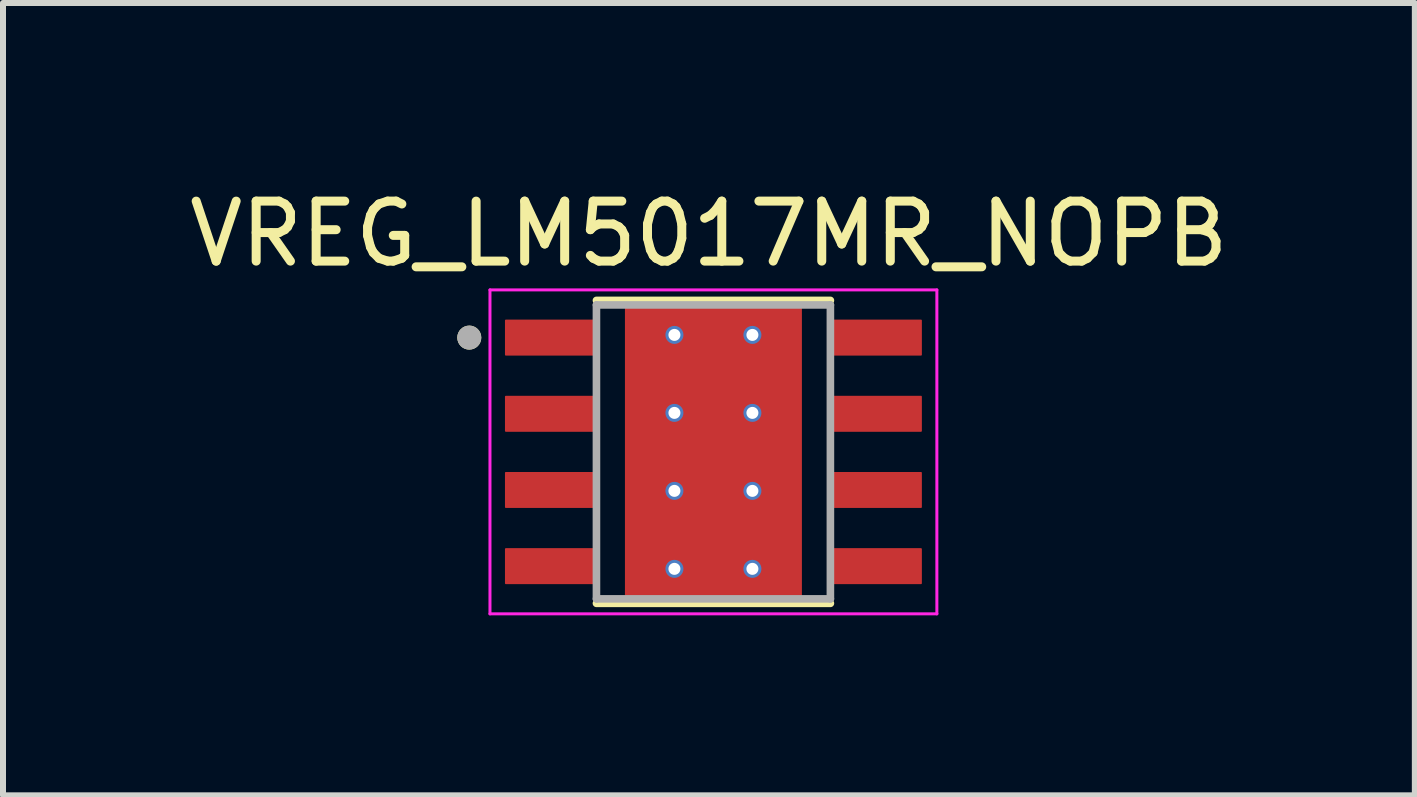
<source format=kicad_pcb>
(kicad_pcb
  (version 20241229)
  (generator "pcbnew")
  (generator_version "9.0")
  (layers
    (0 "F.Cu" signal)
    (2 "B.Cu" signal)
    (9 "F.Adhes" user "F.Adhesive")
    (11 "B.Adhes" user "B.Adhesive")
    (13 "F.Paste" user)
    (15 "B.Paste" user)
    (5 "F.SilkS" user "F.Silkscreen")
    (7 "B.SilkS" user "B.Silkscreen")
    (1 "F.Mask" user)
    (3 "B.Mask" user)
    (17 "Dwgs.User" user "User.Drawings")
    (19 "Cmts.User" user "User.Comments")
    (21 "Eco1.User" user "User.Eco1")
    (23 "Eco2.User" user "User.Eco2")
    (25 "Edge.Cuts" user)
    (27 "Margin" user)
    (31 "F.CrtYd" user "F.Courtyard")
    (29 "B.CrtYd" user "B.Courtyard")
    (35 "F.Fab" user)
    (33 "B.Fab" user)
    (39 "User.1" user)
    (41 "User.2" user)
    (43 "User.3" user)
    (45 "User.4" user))
  (footprint "VREG_LM5017MR_NOPB"
    (layer "F.Cu")
    (at 8.843 4.483)
    (property "Reference" "VREG_LM5017MR_NOPB" (at -0.075 -3.635 0) (layer "F.SilkS") (effects (font (size 1 1) (thickness 0.15))))
    (attr smd)
    (fp_poly (pts (xy -1.355 -1.7) (xy 1.355 -1.7) (xy 1.355 1.7) (xy -1.355 1.7)) (stroke (width 0.01) (type solid)) (fill yes) (layer "F.Mask"))
    (fp_poly (pts (xy -1.905 -1.535) (xy -3.495 -1.535) (xy -3.498 -1.535) (xy -3.5 -1.535) (xy -3.503 -1.536) (xy -3.505 -1.536) (xy -3.508 -1.537) (xy -3.51 -1.537) (xy -3.513 -1.538) (xy -3.515 -1.539) (xy -3.518 -1.54) (xy -3.52 -1.542) (xy -3.522 -1.543) (xy -3.524 -1.545) (xy -3.526 -1.546) (xy -3.528 -1.548) (xy -3.53 -1.55) (xy -3.532 -1.552) (xy -3.534 -1.554) (xy -3.535 -1.556) (xy -3.537 -1.558) (xy -3.538 -1.56) (xy -3.54 -1.562) (xy -3.541 -1.565) (xy -3.542 -1.567) (xy -3.543 -1.57) (xy -3.543 -1.572) (xy -3.544 -1.575) (xy -3.544 -1.577) (xy -3.545 -1.58) (xy -3.545 -1.582) (xy -3.545 -1.585) (xy -3.545 -2.225) (xy -3.545 -2.228) (xy -3.545 -2.23) (xy -3.544 -2.233) (xy -3.544 -2.235) (xy -3.543 -2.238) (xy -3.543 -2.24) (xy -3.542 -2.243) (xy -3.541 -2.245) (xy -3.54 -2.248) (xy -3.538 -2.25) (xy -3.537 -2.252) (xy -3.535 -2.254) (xy -3.534 -2.256) (xy -3.532 -2.258) (xy -3.53 -2.26) (xy -3.528 -2.262) (xy -3.526 -2.264) (xy -3.524 -2.265) (xy -3.522 -2.267) (xy -3.52 -2.268) (xy -3.518 -2.27) (xy -3.515 -2.271) (xy -3.513 -2.272) (xy -3.51 -2.273) (xy -3.508 -2.273) (xy -3.505 -2.274) (xy -3.503 -2.274) (xy -3.5 -2.275) (xy -3.498 -2.275) (xy -3.495 -2.275) (xy -1.905 -2.275) (xy -1.902 -2.275) (xy -1.9 -2.275) (xy -1.897 -2.274) (xy -1.895 -2.274) (xy -1.892 -2.273) (xy -1.89 -2.273) (xy -1.887 -2.272) (xy -1.885 -2.271) (xy -1.882 -2.27) (xy -1.88 -2.268) (xy -1.878 -2.267) (xy -1.876 -2.265) (xy -1.874 -2.264) (xy -1.872 -2.262) (xy -1.87 -2.26) (xy -1.868 -2.258) (xy -1.866 -2.256) (xy -1.865 -2.254) (xy -1.863 -2.252) (xy -1.862 -2.25) (xy -1.86 -2.248) (xy -1.859 -2.245) (xy -1.858 -2.243) (xy -1.857 -2.24) (xy -1.857 -2.238) (xy -1.856 -2.235) (xy -1.856 -2.233) (xy -1.855 -2.23) (xy -1.855 -2.228) (xy -1.855 -2.225) (xy -1.855 -1.585) (xy -1.855 -1.582) (xy -1.855 -1.58) (xy -1.856 -1.577) (xy -1.856 -1.575) (xy -1.857 -1.572) (xy -1.857 -1.57) (xy -1.858 -1.567) (xy -1.859 -1.565) (xy -1.86 -1.562) (xy -1.862 -1.56) (xy -1.863 -1.558) (xy -1.865 -1.556) (xy -1.866 -1.554) (xy -1.868 -1.552) (xy -1.87 -1.55) (xy -1.872 -1.548) (xy -1.874 -1.546) (xy -1.876 -1.545) (xy -1.878 -1.543) (xy -1.88 -1.542) (xy -1.882 -1.54) (xy -1.885 -1.539) (xy -1.887 -1.538) (xy -1.89 -1.537) (xy -1.892 -1.537) (xy -1.895 -1.536) (xy -1.897 -1.536) (xy -1.9 -1.535) (xy -1.902 -1.535) (xy -1.905 -1.535)) (stroke (width 0.01) (type solid)) (fill yes) (layer "F.Mask"))
    (fp_poly (pts (xy -1.905 -0.265) (xy -3.495 -0.265) (xy -3.498 -0.265) (xy -3.5 -0.265) (xy -3.503 -0.266) (xy -3.505 -0.266) (xy -3.508 -0.267) (xy -3.51 -0.267) (xy -3.513 -0.268) (xy -3.515 -0.269) (xy -3.518 -0.27) (xy -3.52 -0.272) (xy -3.522 -0.273) (xy -3.524 -0.275) (xy -3.526 -0.276) (xy -3.528 -0.278) (xy -3.53 -0.28) (xy -3.532 -0.282) (xy -3.534 -0.284) (xy -3.535 -0.286) (xy -3.537 -0.288) (xy -3.538 -0.29) (xy -3.54 -0.292) (xy -3.541 -0.295) (xy -3.542 -0.297) (xy -3.543 -0.3) (xy -3.543 -0.302) (xy -3.544 -0.305) (xy -3.544 -0.307) (xy -3.545 -0.31) (xy -3.545 -0.312) (xy -3.545 -0.315) (xy -3.545 -0.955) (xy -3.545 -0.958) (xy -3.545 -0.96) (xy -3.544 -0.963) (xy -3.544 -0.965) (xy -3.543 -0.968) (xy -3.543 -0.97) (xy -3.542 -0.973) (xy -3.541 -0.975) (xy -3.54 -0.978) (xy -3.538 -0.98) (xy -3.537 -0.982) (xy -3.535 -0.984) (xy -3.534 -0.986) (xy -3.532 -0.988) (xy -3.53 -0.99) (xy -3.528 -0.992) (xy -3.526 -0.994) (xy -3.524 -0.995) (xy -3.522 -0.997) (xy -3.52 -0.998) (xy -3.518 -1) (xy -3.515 -1.001) (xy -3.513 -1.002) (xy -3.51 -1.003) (xy -3.508 -1.003) (xy -3.505 -1.004) (xy -3.503 -1.004) (xy -3.5 -1.005) (xy -3.498 -1.005) (xy -3.495 -1.005) (xy -1.905 -1.005) (xy -1.902 -1.005) (xy -1.9 -1.005) (xy -1.897 -1.004) (xy -1.895 -1.004) (xy -1.892 -1.003) (xy -1.89 -1.003) (xy -1.887 -1.002) (xy -1.885 -1.001) (xy -1.882 -1) (xy -1.88 -0.998) (xy -1.878 -0.997) (xy -1.876 -0.995) (xy -1.874 -0.994) (xy -1.872 -0.992) (xy -1.87 -0.99) (xy -1.868 -0.988) (xy -1.866 -0.986) (xy -1.865 -0.984) (xy -1.863 -0.982) (xy -1.862 -0.98) (xy -1.86 -0.978) (xy -1.859 -0.975) (xy -1.858 -0.973) (xy -1.857 -0.97) (xy -1.857 -0.968) (xy -1.856 -0.965) (xy -1.856 -0.963) (xy -1.855 -0.96) (xy -1.855 -0.958) (xy -1.855 -0.955) (xy -1.855 -0.315) (xy -1.855 -0.312) (xy -1.855 -0.31) (xy -1.856 -0.307) (xy -1.856 -0.305) (xy -1.857 -0.302) (xy -1.857 -0.3) (xy -1.858 -0.297) (xy -1.859 -0.295) (xy -1.86 -0.292) (xy -1.862 -0.29) (xy -1.863 -0.288) (xy -1.865 -0.286) (xy -1.866 -0.284) (xy -1.868 -0.282) (xy -1.87 -0.28) (xy -1.872 -0.278) (xy -1.874 -0.276) (xy -1.876 -0.275) (xy -1.878 -0.273) (xy -1.88 -0.272) (xy -1.882 -0.27) (xy -1.885 -0.269) (xy -1.887 -0.268) (xy -1.89 -0.267) (xy -1.892 -0.267) (xy -1.895 -0.266) (xy -1.897 -0.266) (xy -1.9 -0.265) (xy -1.902 -0.265) (xy -1.905 -0.265)) (stroke (width 0.01) (type solid)) (fill yes) (layer "F.Mask"))
    (fp_poly (pts (xy -1.905 1.005) (xy -3.495 1.005) (xy -3.498 1.005) (xy -3.5 1.005) (xy -3.503 1.004) (xy -3.505 1.004) (xy -3.508 1.003) (xy -3.51 1.003) (xy -3.513 1.002) (xy -3.515 1.001) (xy -3.518 1) (xy -3.52 0.998) (xy -3.522 0.997) (xy -3.524 0.995) (xy -3.526 0.994) (xy -3.528 0.992) (xy -3.53 0.99) (xy -3.532 0.988) (xy -3.534 0.986) (xy -3.535 0.984) (xy -3.537 0.982) (xy -3.538 0.98) (xy -3.54 0.978) (xy -3.541 0.975) (xy -3.542 0.973) (xy -3.543 0.97) (xy -3.543 0.968) (xy -3.544 0.965) (xy -3.544 0.963) (xy -3.545 0.96) (xy -3.545 0.958) (xy -3.545 0.955) (xy -3.545 0.315) (xy -3.545 0.312) (xy -3.545 0.31) (xy -3.544 0.307) (xy -3.544 0.305) (xy -3.543 0.302) (xy -3.543 0.3) (xy -3.542 0.297) (xy -3.541 0.295) (xy -3.54 0.292) (xy -3.538 0.29) (xy -3.537 0.288) (xy -3.535 0.286) (xy -3.534 0.284) (xy -3.532 0.282) (xy -3.53 0.28) (xy -3.528 0.278) (xy -3.526 0.276) (xy -3.524 0.275) (xy -3.522 0.273) (xy -3.52 0.272) (xy -3.518 0.27) (xy -3.515 0.269) (xy -3.513 0.268) (xy -3.51 0.267) (xy -3.508 0.267) (xy -3.505 0.266) (xy -3.503 0.266) (xy -3.5 0.265) (xy -3.498 0.265) (xy -3.495 0.265) (xy -1.905 0.265) (xy -1.902 0.265) (xy -1.9 0.265) (xy -1.897 0.266) (xy -1.895 0.266) (xy -1.892 0.267) (xy -1.89 0.267) (xy -1.887 0.268) (xy -1.885 0.269) (xy -1.882 0.27) (xy -1.88 0.272) (xy -1.878 0.273) (xy -1.876 0.275) (xy -1.874 0.276) (xy -1.872 0.278) (xy -1.87 0.28) (xy -1.868 0.282) (xy -1.866 0.284) (xy -1.865 0.286) (xy -1.863 0.288) (xy -1.862 0.29) (xy -1.86 0.292) (xy -1.859 0.295) (xy -1.858 0.297) (xy -1.857 0.3) (xy -1.857 0.302) (xy -1.856 0.305) (xy -1.856 0.307) (xy -1.855 0.31) (xy -1.855 0.312) (xy -1.855 0.315) (xy -1.855 0.955) (xy -1.855 0.958) (xy -1.855 0.96) (xy -1.856 0.963) (xy -1.856 0.965) (xy -1.857 0.968) (xy -1.857 0.97) (xy -1.858 0.973) (xy -1.859 0.975) (xy -1.86 0.978) (xy -1.862 0.98) (xy -1.863 0.982) (xy -1.865 0.984) (xy -1.866 0.986) (xy -1.868 0.988) (xy -1.87 0.99) (xy -1.872 0.992) (xy -1.874 0.994) (xy -1.876 0.995) (xy -1.878 0.997) (xy -1.88 0.998) (xy -1.882 1) (xy -1.885 1.001) (xy -1.887 1.002) (xy -1.89 1.003) (xy -1.892 1.003) (xy -1.895 1.004) (xy -1.897 1.004) (xy -1.9 1.005) (xy -1.902 1.005) (xy -1.905 1.005)) (stroke (width 0.01) (type solid)) (fill yes) (layer "F.Mask"))
    (fp_poly (pts (xy -1.905 2.275) (xy -3.495 2.275) (xy -3.498 2.275) (xy -3.5 2.275) (xy -3.503 2.274) (xy -3.505 2.274) (xy -3.508 2.273) (xy -3.51 2.273) (xy -3.513 2.272) (xy -3.515 2.271) (xy -3.518 2.27) (xy -3.52 2.268) (xy -3.522 2.267) (xy -3.524 2.265) (xy -3.526 2.264) (xy -3.528 2.262) (xy -3.53 2.26) (xy -3.532 2.258) (xy -3.534 2.256) (xy -3.535 2.254) (xy -3.537 2.252) (xy -3.538 2.25) (xy -3.54 2.248) (xy -3.541 2.245) (xy -3.542 2.243) (xy -3.543 2.24) (xy -3.543 2.238) (xy -3.544 2.235) (xy -3.544 2.233) (xy -3.545 2.23) (xy -3.545 2.228) (xy -3.545 2.225) (xy -3.545 1.585) (xy -3.545 1.582) (xy -3.545 1.58) (xy -3.544 1.577) (xy -3.544 1.575) (xy -3.543 1.572) (xy -3.543 1.57) (xy -3.542 1.567) (xy -3.541 1.565) (xy -3.54 1.562) (xy -3.538 1.56) (xy -3.537 1.558) (xy -3.535 1.556) (xy -3.534 1.554) (xy -3.532 1.552) (xy -3.53 1.55) (xy -3.528 1.548) (xy -3.526 1.546) (xy -3.524 1.545) (xy -3.522 1.543) (xy -3.52 1.542) (xy -3.518 1.54) (xy -3.515 1.539) (xy -3.513 1.538) (xy -3.51 1.537) (xy -3.508 1.537) (xy -3.505 1.536) (xy -3.503 1.536) (xy -3.5 1.535) (xy -3.498 1.535) (xy -3.495 1.535) (xy -1.905 1.535) (xy -1.902 1.535) (xy -1.9 1.535) (xy -1.897 1.536) (xy -1.895 1.536) (xy -1.892 1.537) (xy -1.89 1.537) (xy -1.887 1.538) (xy -1.885 1.539) (xy -1.882 1.54) (xy -1.88 1.542) (xy -1.878 1.543) (xy -1.876 1.545) (xy -1.874 1.546) (xy -1.872 1.548) (xy -1.87 1.55) (xy -1.868 1.552) (xy -1.866 1.554) (xy -1.865 1.556) (xy -1.863 1.558) (xy -1.862 1.56) (xy -1.86 1.562) (xy -1.859 1.565) (xy -1.858 1.567) (xy -1.857 1.57) (xy -1.857 1.572) (xy -1.856 1.575) (xy -1.856 1.577) (xy -1.855 1.58) (xy -1.855 1.582) (xy -1.855 1.585) (xy -1.855 2.225) (xy -1.855 2.228) (xy -1.855 2.23) (xy -1.856 2.233) (xy -1.856 2.235) (xy -1.857 2.238) (xy -1.857 2.24) (xy -1.858 2.243) (xy -1.859 2.245) (xy -1.86 2.248) (xy -1.862 2.25) (xy -1.863 2.252) (xy -1.865 2.254) (xy -1.866 2.256) (xy -1.868 2.258) (xy -1.87 2.26) (xy -1.872 2.262) (xy -1.874 2.264) (xy -1.876 2.265) (xy -1.878 2.267) (xy -1.88 2.268) (xy -1.882 2.27) (xy -1.885 2.271) (xy -1.887 2.272) (xy -1.89 2.273) (xy -1.892 2.273) (xy -1.895 2.274) (xy -1.897 2.274) (xy -1.9 2.275) (xy -1.902 2.275) (xy -1.905 2.275)) (stroke (width 0.01) (type solid)) (fill yes) (layer "F.Mask"))
    (fp_poly (pts (xy 3.495 -1.535) (xy 1.905 -1.535) (xy 1.902 -1.535) (xy 1.9 -1.535) (xy 1.897 -1.536) (xy 1.895 -1.536) (xy 1.892 -1.537) (xy 1.89 -1.537) (xy 1.887 -1.538) (xy 1.885 -1.539) (xy 1.882 -1.54) (xy 1.88 -1.542) (xy 1.878 -1.543) (xy 1.876 -1.545) (xy 1.874 -1.546) (xy 1.872 -1.548) (xy 1.87 -1.55) (xy 1.868 -1.552) (xy 1.866 -1.554) (xy 1.865 -1.556) (xy 1.863 -1.558) (xy 1.862 -1.56) (xy 1.86 -1.562) (xy 1.859 -1.565) (xy 1.858 -1.567) (xy 1.857 -1.57) (xy 1.857 -1.572) (xy 1.856 -1.575) (xy 1.856 -1.577) (xy 1.855 -1.58) (xy 1.855 -1.582) (xy 1.855 -1.585) (xy 1.855 -2.225) (xy 1.855 -2.228) (xy 1.855 -2.23) (xy 1.856 -2.233) (xy 1.856 -2.235) (xy 1.857 -2.238) (xy 1.857 -2.24) (xy 1.858 -2.243) (xy 1.859 -2.245) (xy 1.86 -2.248) (xy 1.862 -2.25) (xy 1.863 -2.252) (xy 1.865 -2.254) (xy 1.866 -2.256) (xy 1.868 -2.258) (xy 1.87 -2.26) (xy 1.872 -2.262) (xy 1.874 -2.264) (xy 1.876 -2.265) (xy 1.878 -2.267) (xy 1.88 -2.268) (xy 1.882 -2.27) (xy 1.885 -2.271) (xy 1.887 -2.272) (xy 1.89 -2.273) (xy 1.892 -2.273) (xy 1.895 -2.274) (xy 1.897 -2.274) (xy 1.9 -2.275) (xy 1.902 -2.275) (xy 1.905 -2.275) (xy 3.495 -2.275) (xy 3.498 -2.275) (xy 3.5 -2.275) (xy 3.503 -2.274) (xy 3.505 -2.274) (xy 3.508 -2.273) (xy 3.51 -2.273) (xy 3.513 -2.272) (xy 3.515 -2.271) (xy 3.518 -2.27) (xy 3.52 -2.268) (xy 3.522 -2.267) (xy 3.524 -2.265) (xy 3.526 -2.264) (xy 3.528 -2.262) (xy 3.53 -2.26) (xy 3.532 -2.258) (xy 3.534 -2.256) (xy 3.535 -2.254) (xy 3.537 -2.252) (xy 3.538 -2.25) (xy 3.54 -2.248) (xy 3.541 -2.245) (xy 3.542 -2.243) (xy 3.543 -2.24) (xy 3.543 -2.238) (xy 3.544 -2.235) (xy 3.544 -2.233) (xy 3.545 -2.23) (xy 3.545 -2.228) (xy 3.545 -2.225) (xy 3.545 -1.585) (xy 3.545 -1.582) (xy 3.545 -1.58) (xy 3.544 -1.577) (xy 3.544 -1.575) (xy 3.543 -1.572) (xy 3.543 -1.57) (xy 3.542 -1.567) (xy 3.541 -1.565) (xy 3.54 -1.562) (xy 3.538 -1.56) (xy 3.537 -1.558) (xy 3.535 -1.556) (xy 3.534 -1.554) (xy 3.532 -1.552) (xy 3.53 -1.55) (xy 3.528 -1.548) (xy 3.526 -1.546) (xy 3.524 -1.545) (xy 3.522 -1.543) (xy 3.52 -1.542) (xy 3.518 -1.54) (xy 3.515 -1.539) (xy 3.513 -1.538) (xy 3.51 -1.537) (xy 3.508 -1.537) (xy 3.505 -1.536) (xy 3.503 -1.536) (xy 3.5 -1.535) (xy 3.498 -1.535) (xy 3.495 -1.535)) (stroke (width 0.01) (type solid)) (fill yes) (layer "F.Mask"))
    (fp_poly (pts (xy 3.495 -0.265) (xy 1.905 -0.265) (xy 1.902 -0.265) (xy 1.9 -0.265) (xy 1.897 -0.266) (xy 1.895 -0.266) (xy 1.892 -0.267) (xy 1.89 -0.267) (xy 1.887 -0.268) (xy 1.885 -0.269) (xy 1.882 -0.27) (xy 1.88 -0.272) (xy 1.878 -0.273) (xy 1.876 -0.275) (xy 1.874 -0.276) (xy 1.872 -0.278) (xy 1.87 -0.28) (xy 1.868 -0.282) (xy 1.866 -0.284) (xy 1.865 -0.286) (xy 1.863 -0.288) (xy 1.862 -0.29) (xy 1.86 -0.292) (xy 1.859 -0.295) (xy 1.858 -0.297) (xy 1.857 -0.3) (xy 1.857 -0.302) (xy 1.856 -0.305) (xy 1.856 -0.307) (xy 1.855 -0.31) (xy 1.855 -0.312) (xy 1.855 -0.315) (xy 1.855 -0.955) (xy 1.855 -0.958) (xy 1.855 -0.96) (xy 1.856 -0.963) (xy 1.856 -0.965) (xy 1.857 -0.968) (xy 1.857 -0.97) (xy 1.858 -0.973) (xy 1.859 -0.975) (xy 1.86 -0.978) (xy 1.862 -0.98) (xy 1.863 -0.982) (xy 1.865 -0.984) (xy 1.866 -0.986) (xy 1.868 -0.988) (xy 1.87 -0.99) (xy 1.872 -0.992) (xy 1.874 -0.994) (xy 1.876 -0.995) (xy 1.878 -0.997) (xy 1.88 -0.998) (xy 1.882 -1) (xy 1.885 -1.001) (xy 1.887 -1.002) (xy 1.89 -1.003) (xy 1.892 -1.003) (xy 1.895 -1.004) (xy 1.897 -1.004) (xy 1.9 -1.005) (xy 1.902 -1.005) (xy 1.905 -1.005) (xy 3.495 -1.005) (xy 3.498 -1.005) (xy 3.5 -1.005) (xy 3.503 -1.004) (xy 3.505 -1.004) (xy 3.508 -1.003) (xy 3.51 -1.003) (xy 3.513 -1.002) (xy 3.515 -1.001) (xy 3.518 -1) (xy 3.52 -0.998) (xy 3.522 -0.997) (xy 3.524 -0.995) (xy 3.526 -0.994) (xy 3.528 -0.992) (xy 3.53 -0.99) (xy 3.532 -0.988) (xy 3.534 -0.986) (xy 3.535 -0.984) (xy 3.537 -0.982) (xy 3.538 -0.98) (xy 3.54 -0.978) (xy 3.541 -0.975) (xy 3.542 -0.973) (xy 3.543 -0.97) (xy 3.543 -0.968) (xy 3.544 -0.965) (xy 3.544 -0.963) (xy 3.545 -0.96) (xy 3.545 -0.958) (xy 3.545 -0.955) (xy 3.545 -0.315) (xy 3.545 -0.312) (xy 3.545 -0.31) (xy 3.544 -0.307) (xy 3.544 -0.305) (xy 3.543 -0.302) (xy 3.543 -0.3) (xy 3.542 -0.297) (xy 3.541 -0.295) (xy 3.54 -0.292) (xy 3.538 -0.29) (xy 3.537 -0.288) (xy 3.535 -0.286) (xy 3.534 -0.284) (xy 3.532 -0.282) (xy 3.53 -0.28) (xy 3.528 -0.278) (xy 3.526 -0.276) (xy 3.524 -0.275) (xy 3.522 -0.273) (xy 3.52 -0.272) (xy 3.518 -0.27) (xy 3.515 -0.269) (xy 3.513 -0.268) (xy 3.51 -0.267) (xy 3.508 -0.267) (xy 3.505 -0.266) (xy 3.503 -0.266) (xy 3.5 -0.265) (xy 3.498 -0.265) (xy 3.495 -0.265)) (stroke (width 0.01) (type solid)) (fill yes) (layer "F.Mask"))
    (fp_poly (pts (xy 3.495 1.005) (xy 1.905 1.005) (xy 1.902 1.005) (xy 1.9 1.005) (xy 1.897 1.004) (xy 1.895 1.004) (xy 1.892 1.003) (xy 1.89 1.003) (xy 1.887 1.002) (xy 1.885 1.001) (xy 1.882 1) (xy 1.88 0.998) (xy 1.878 0.997) (xy 1.876 0.995) (xy 1.874 0.994) (xy 1.872 0.992) (xy 1.87 0.99) (xy 1.868 0.988) (xy 1.866 0.986) (xy 1.865 0.984) (xy 1.863 0.982) (xy 1.862 0.98) (xy 1.86 0.978) (xy 1.859 0.975) (xy 1.858 0.973) (xy 1.857 0.97) (xy 1.857 0.968) (xy 1.856 0.965) (xy 1.856 0.963) (xy 1.855 0.96) (xy 1.855 0.958) (xy 1.855 0.955) (xy 1.855 0.315) (xy 1.855 0.312) (xy 1.855 0.31) (xy 1.856 0.307) (xy 1.856 0.305) (xy 1.857 0.302) (xy 1.857 0.3) (xy 1.858 0.297) (xy 1.859 0.295) (xy 1.86 0.292) (xy 1.862 0.29) (xy 1.863 0.288) (xy 1.865 0.286) (xy 1.866 0.284) (xy 1.868 0.282) (xy 1.87 0.28) (xy 1.872 0.278) (xy 1.874 0.276) (xy 1.876 0.275) (xy 1.878 0.273) (xy 1.88 0.272) (xy 1.882 0.27) (xy 1.885 0.269) (xy 1.887 0.268) (xy 1.89 0.267) (xy 1.892 0.267) (xy 1.895 0.266) (xy 1.897 0.266) (xy 1.9 0.265) (xy 1.902 0.265) (xy 1.905 0.265) (xy 3.495 0.265) (xy 3.498 0.265) (xy 3.5 0.265) (xy 3.503 0.266) (xy 3.505 0.266) (xy 3.508 0.267) (xy 3.51 0.267) (xy 3.513 0.268) (xy 3.515 0.269) (xy 3.518 0.27) (xy 3.52 0.272) (xy 3.522 0.273) (xy 3.524 0.275) (xy 3.526 0.276) (xy 3.528 0.278) (xy 3.53 0.28) (xy 3.532 0.282) (xy 3.534 0.284) (xy 3.535 0.286) (xy 3.537 0.288) (xy 3.538 0.29) (xy 3.54 0.292) (xy 3.541 0.295) (xy 3.542 0.297) (xy 3.543 0.3) (xy 3.543 0.302) (xy 3.544 0.305) (xy 3.544 0.307) (xy 3.545 0.31) (xy 3.545 0.312) (xy 3.545 0.315) (xy 3.545 0.955) (xy 3.545 0.958) (xy 3.545 0.96) (xy 3.544 0.963) (xy 3.544 0.965) (xy 3.543 0.968) (xy 3.543 0.97) (xy 3.542 0.973) (xy 3.541 0.975) (xy 3.54 0.978) (xy 3.538 0.98) (xy 3.537 0.982) (xy 3.535 0.984) (xy 3.534 0.986) (xy 3.532 0.988) (xy 3.53 0.99) (xy 3.528 0.992) (xy 3.526 0.994) (xy 3.524 0.995) (xy 3.522 0.997) (xy 3.52 0.998) (xy 3.518 1) (xy 3.515 1.001) (xy 3.513 1.002) (xy 3.51 1.003) (xy 3.508 1.003) (xy 3.505 1.004) (xy 3.503 1.004) (xy 3.5 1.005) (xy 3.498 1.005) (xy 3.495 1.005)) (stroke (width 0.01) (type solid)) (fill yes) (layer "F.Mask"))
    (fp_poly (pts (xy 3.495 2.275) (xy 1.905 2.275) (xy 1.902 2.275) (xy 1.9 2.275) (xy 1.897 2.274) (xy 1.895 2.274) (xy 1.892 2.273) (xy 1.89 2.273) (xy 1.887 2.272) (xy 1.885 2.271) (xy 1.882 2.27) (xy 1.88 2.268) (xy 1.878 2.267) (xy 1.876 2.265) (xy 1.874 2.264) (xy 1.872 2.262) (xy 1.87 2.26) (xy 1.868 2.258) (xy 1.866 2.256) (xy 1.865 2.254) (xy 1.863 2.252) (xy 1.862 2.25) (xy 1.86 2.248) (xy 1.859 2.245) (xy 1.858 2.243) (xy 1.857 2.24) (xy 1.857 2.238) (xy 1.856 2.235) (xy 1.856 2.233) (xy 1.855 2.23) (xy 1.855 2.228) (xy 1.855 2.225) (xy 1.855 1.585) (xy 1.855 1.582) (xy 1.855 1.58) (xy 1.856 1.577) (xy 1.856 1.575) (xy 1.857 1.572) (xy 1.857 1.57) (xy 1.858 1.567) (xy 1.859 1.565) (xy 1.86 1.562) (xy 1.862 1.56) (xy 1.863 1.558) (xy 1.865 1.556) (xy 1.866 1.554) (xy 1.868 1.552) (xy 1.87 1.55) (xy 1.872 1.548) (xy 1.874 1.546) (xy 1.876 1.545) (xy 1.878 1.543) (xy 1.88 1.542) (xy 1.882 1.54) (xy 1.885 1.539) (xy 1.887 1.538) (xy 1.89 1.537) (xy 1.892 1.537) (xy 1.895 1.536) (xy 1.897 1.536) (xy 1.9 1.535) (xy 1.902 1.535) (xy 1.905 1.535) (xy 3.495 1.535) (xy 3.498 1.535) (xy 3.5 1.535) (xy 3.503 1.536) (xy 3.505 1.536) (xy 3.508 1.537) (xy 3.51 1.537) (xy 3.513 1.538) (xy 3.515 1.539) (xy 3.518 1.54) (xy 3.52 1.542) (xy 3.522 1.543) (xy 3.524 1.545) (xy 3.526 1.546) (xy 3.528 1.548) (xy 3.53 1.55) (xy 3.532 1.552) (xy 3.534 1.554) (xy 3.535 1.556) (xy 3.537 1.558) (xy 3.538 1.56) (xy 3.54 1.562) (xy 3.541 1.565) (xy 3.542 1.567) (xy 3.543 1.57) (xy 3.543 1.572) (xy 3.544 1.575) (xy 3.544 1.577) (xy 3.545 1.58) (xy 3.545 1.582) (xy 3.545 1.585) (xy 3.545 2.225) (xy 3.545 2.228) (xy 3.545 2.23) (xy 3.544 2.233) (xy 3.544 2.235) (xy 3.543 2.238) (xy 3.543 2.24) (xy 3.542 2.243) (xy 3.541 2.245) (xy 3.54 2.248) (xy 3.538 2.25) (xy 3.537 2.252) (xy 3.535 2.254) (xy 3.534 2.256) (xy 3.532 2.258) (xy 3.53 2.26) (xy 3.528 2.262) (xy 3.526 2.264) (xy 3.524 2.265) (xy 3.522 2.267) (xy 3.52 2.268) (xy 3.518 2.27) (xy 3.515 2.271) (xy 3.513 2.272) (xy 3.51 2.273) (xy 3.508 2.273) (xy 3.505 2.274) (xy 3.503 2.274) (xy 3.5 2.275) (xy 3.498 2.275) (xy 3.495 2.275)) (stroke (width 0.01) (type solid)) (fill yes) (layer "F.Mask"))
    (fp_line (start -1.95 -2.525) (end 1.95 -2.525) (stroke (width 0.127) (type solid)) (layer "F.SilkS"))
    (fp_line (start -1.95 2.525) (end 1.95 2.525) (stroke (width 0.127) (type solid)) (layer "F.SilkS"))
    (fp_circle (center -4.07 -1.905) (end -3.97 -1.905) (stroke (width 0.2) (type solid)) (fill no) (layer "F.SilkS"))
    (fp_poly (pts (xy -1.355 -1.7) (xy 1.355 -1.7) (xy 1.355 1.7) (xy -1.355 1.7)) (stroke (width 0.01) (type solid)) (fill yes) (layer "F.Paste"))
    (fp_line (start -3.725 -2.7) (end -3.725 2.7) (stroke (width 0.05) (type solid)) (layer "F.CrtYd"))
    (fp_line (start -3.725 -2.7) (end 3.725 -2.7) (stroke (width 0.05) (type solid)) (layer "F.CrtYd"))
    (fp_line (start -3.725 2.7) (end 3.725 2.7) (stroke (width 0.05) (type solid)) (layer "F.CrtYd"))
    (fp_line (start 3.725 -2.7) (end 3.725 2.7) (stroke (width 0.05) (type solid)) (layer "F.CrtYd"))
    (fp_line (start -1.95 -2.45) (end -1.95 2.45) (stroke (width 0.127) (type solid)) (layer "F.Fab"))
    (fp_line (start -1.95 -2.45) (end 1.95 -2.45) (stroke (width 0.127) (type solid)) (layer "F.Fab"))
    (fp_line (start -1.95 2.45) (end 1.95 2.45) (stroke (width 0.127) (type solid)) (layer "F.Fab"))
    (fp_line (start 1.95 -2.45) (end 1.95 2.45) (stroke (width 0.127) (type solid)) (layer "F.Fab"))
    (fp_circle (center -4.07 -1.905) (end -3.97 -1.905) (stroke (width 0.2) (type solid)) (fill no) (layer "F.Fab"))
    (pad "1" smd roundrect (at -2.7 -1.905) (size 1.55 0.6) (layers "F.Cu" "F.Paste") (roundrect_rratio 0.025))
    (pad "2" smd roundrect (at -2.7 -0.635) (size 1.55 0.6) (layers "F.Cu" "F.Paste") (roundrect_rratio 0.025))
    (pad "3" smd roundrect (at -2.7 0.635) (size 1.55 0.6) (layers "F.Cu" "F.Paste") (roundrect_rratio 0.025))
    (pad "4" smd roundrect (at -2.7 1.905) (size 1.55 0.6) (layers "F.Cu" "F.Paste") (roundrect_rratio 0.025))
    (pad "5" smd roundrect (at 2.7 1.905) (size 1.55 0.6) (layers "F.Cu" "F.Paste") (roundrect_rratio 0.025))
    (pad "6" smd roundrect (at 2.7 0.635) (size 1.55 0.6) (layers "F.Cu" "F.Paste") (roundrect_rratio 0.025))
    (pad "7" thru_hole circle (at -0.65 -1.95) (size 0.3 0.3) (drill 0.2) (layers "*.Cu" "*.Mask"))
    (pad "7" thru_hole circle (at -0.65 -0.65) (size 0.3 0.3) (drill 0.2) (layers "*.Cu" "*.Mask"))
    (pad "7" thru_hole circle (at -0.65 0.65) (size 0.3 0.3) (drill 0.2) (layers "*.Cu" "*.Mask"))
    (pad "7" thru_hole circle (at -0.65 1.95) (size 0.3 0.3) (drill 0.2) (layers "*.Cu" "*.Mask"))
    (pad "7" smd rect (at 0 0) (size 2.95 4.9) (layers "F.Cu"))
    (pad "7" thru_hole circle (at 0.65 -1.95) (size 0.3 0.3) (drill 0.2) (layers "*.Cu" "*.Mask"))
    (pad "7" thru_hole circle (at 0.65 -0.65) (size 0.3 0.3) (drill 0.2) (layers "*.Cu" "*.Mask"))
    (pad "7" thru_hole circle (at 0.65 0.65) (size 0.3 0.3) (drill 0.2) (layers "*.Cu" "*.Mask"))
    (pad "7" thru_hole circle (at 0.65 1.95) (size 0.3 0.3) (drill 0.2) (layers "*.Cu" "*.Mask"))
    (pad "7" smd roundrect (at 2.7 -0.635) (size 1.55 0.6) (layers "F.Cu" "F.Paste") (roundrect_rratio 0.025))
    (pad "8" smd roundrect (at 2.7 -1.905) (size 1.55 0.6) (layers "F.Cu" "F.Paste") (roundrect_rratio 0.025)))
  (gr_rect
    (start -3 -3)
    (end 20.536 10.208)
    (stroke (width 0.1) (type default))
    (fill no)
    (layer "Edge.Cuts")))
</source>
